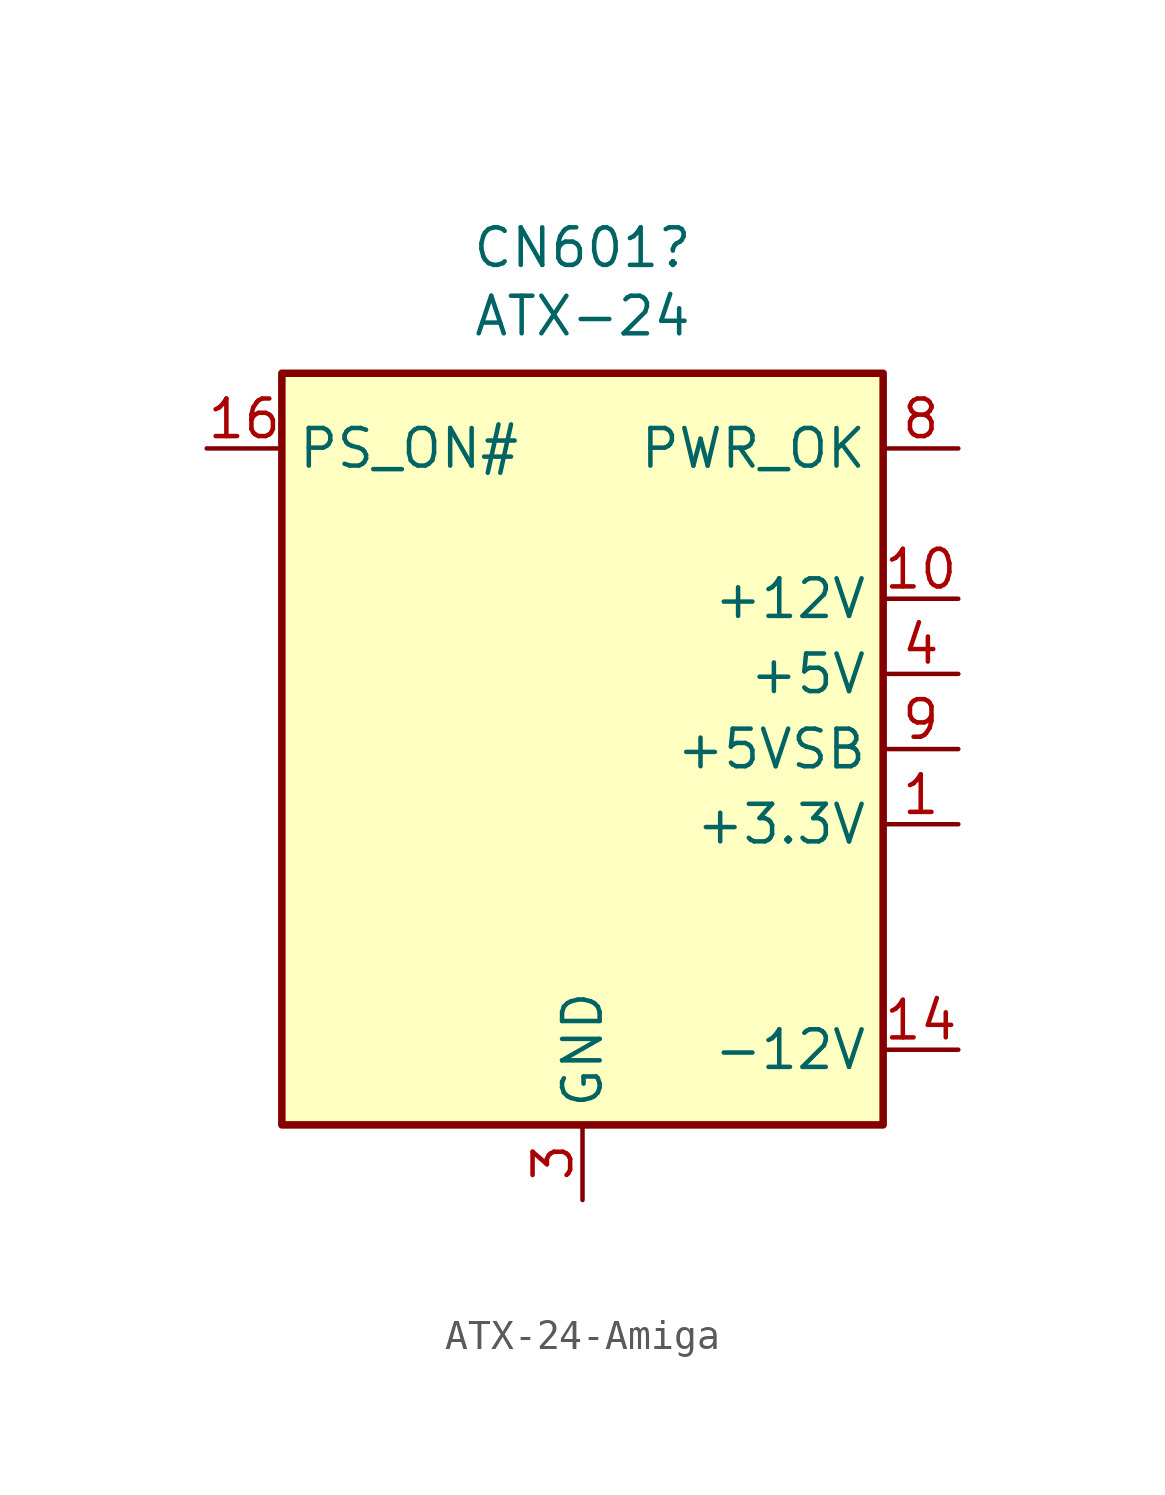
<source format=kicad_sym>
(kicad_symbol_lib
  (version 20220914)
  (generator kicad_symbol_editor)
  (symbol "ATX-24-Amiga"
    (property "Reference" "CN601"
      (at 0 16.942 0)
      (effects (font (size 1.27 1.27))))
    (property "Value" "ATX-24"
      (at 0 14.63 0)
      (effects (font (size 1.27 1.27))))
    (symbol "ATX-24-Amiga_0_0"
      (pin power_out line (at 12.7 -2.54 180) (length 2.54) (name "+3.3V" (effects (font (size 1.27 1.27)))) (number "1" (effects (font (size 1.27 1.27)))))
      (pin power_out line (at 12.7 -2.54 180) (length 2.54) hide (name "+3.3V" (effects (font (size 1.27 1.27)))) (number "13" (effects (font (size 1.27 1.27)))))
      (pin power_out line (at 12.7 -2.54 180) (length 2.54) hide (name "+3.3V" (effects (font (size 1.27 1.27)))) (number "2" (effects (font (size 1.27 1.27))))))
    (symbol "ATX-24-Amiga_0_1"
      (rectangle (start -10.16 12.7) (end 10.16 -12.7) (stroke (width 0.254) (type default)) (fill (type background))))
    (symbol "ATX-24-Amiga_1_0"
      (pin power_out line (at 12.7 -2.54 180) (length 2.54) hide (name "+3.3V" (effects (font (size 1.27 1.27)))) (number "12" (effects (font (size 1.27 1.27))))))
    (symbol "ATX-24-Amiga_1_1"
      (pin power_out line (at 12.7 5.08 180) (length 2.54) (name "+12V" (effects (font (size 1.27 1.27)))) (number "10" (effects (font (size 1.27 1.27)))))
      (pin passive line (at 12.7 5.08 180) (length 2.54) hide (name "+12V" (effects (font (size 1.27 1.27)))) (number "11" (effects (font (size 1.27 1.27)))))
      (pin power_out line (at 12.7 -10.16 180) (length 2.54) (name "-12V" (effects (font (size 1.27 1.27)))) (number "14" (effects (font (size 1.27 1.27)))))
      (pin passive line (at 0 -15.24 90) (length 2.54) hide (name "GND" (effects (font (size 1.27 1.27)))) (number "15" (effects (font (size 1.27 1.27)))))
      (pin open_collector line (at -12.7 10.16 0) (length 2.54) (name "PS_ON#" (effects (font (size 1.27 1.27)))) (number "16" (effects (font (size 1.27 1.27)))))
      (pin passive line (at 0 -15.24 90) (length 2.54) hide (name "GND" (effects (font (size 1.27 1.27)))) (number "17" (effects (font (size 1.27 1.27)))))
      (pin passive line (at 0 -15.24 90) (length 2.54) hide (name "GND" (effects (font (size 1.27 1.27)))) (number "18" (effects (font (size 1.27 1.27)))))
      (pin passive line (at 0 -15.24 90) (length 2.54) hide (name "GND" (effects (font (size 1.27 1.27)))) (number "19" (effects (font (size 1.27 1.27)))))
      (pin no_connect line (at -10.16 0 0) (length 2.54) hide (name "NC" (effects (font (size 1.27 1.27)))) (number "20" (effects (font (size 1.27 1.27)))))
      (pin passive line (at 12.7 2.54 180) (length 2.54) hide (name "+5V" (effects (font (size 1.27 1.27)))) (number "21" (effects (font (size 1.27 1.27)))))
      (pin passive line (at 12.7 2.54 180) (length 2.54) hide (name "+5V" (effects (font (size 1.27 1.27)))) (number "22" (effects (font (size 1.27 1.27)))))
      (pin passive line (at 12.7 2.54 180) (length 2.54) hide (name "+5V" (effects (font (size 1.27 1.27)))) (number "23" (effects (font (size 1.27 1.27)))))
      (pin passive line (at 0 -15.24 90) (length 2.54) hide (name "GND" (effects (font (size 1.27 1.27)))) (number "24" (effects (font (size 1.27 1.27)))))
      (pin power_out line (at 0 -15.24 90) (length 2.54) (name "GND" (effects (font (size 1.27 1.27)))) (number "3" (effects (font (size 1.27 1.27)))))
      (pin power_out line (at 12.7 2.54 180) (length 2.54) (name "+5V" (effects (font (size 1.27 1.27)))) (number "4" (effects (font (size 1.27 1.27)))))
      (pin passive line (at 0 -15.24 90) (length 2.54) hide (name "GND" (effects (font (size 1.27 1.27)))) (number "5" (effects (font (size 1.27 1.27)))))
      (pin passive line (at 12.7 2.54 180) (length 2.54) hide (name "+5V" (effects (font (size 1.27 1.27)))) (number "6" (effects (font (size 1.27 1.27)))))
      (pin passive line (at 0 -15.24 90) (length 2.54) hide (name "GND" (effects (font (size 1.27 1.27)))) (number "7" (effects (font (size 1.27 1.27)))))
      (pin output line (at 12.7 10.16 180) (length 2.54) (name "PWR_OK" (effects (font (size 1.27 1.27)))) (number "8" (effects (font (size 1.27 1.27)))))
      (pin power_out line (at 12.7 0 180) (length 2.54) (name "+5VSB" (effects (font (size 1.27 1.27)))) (number "9" (effects (font (size 1.27 1.27))))))))
</source>
